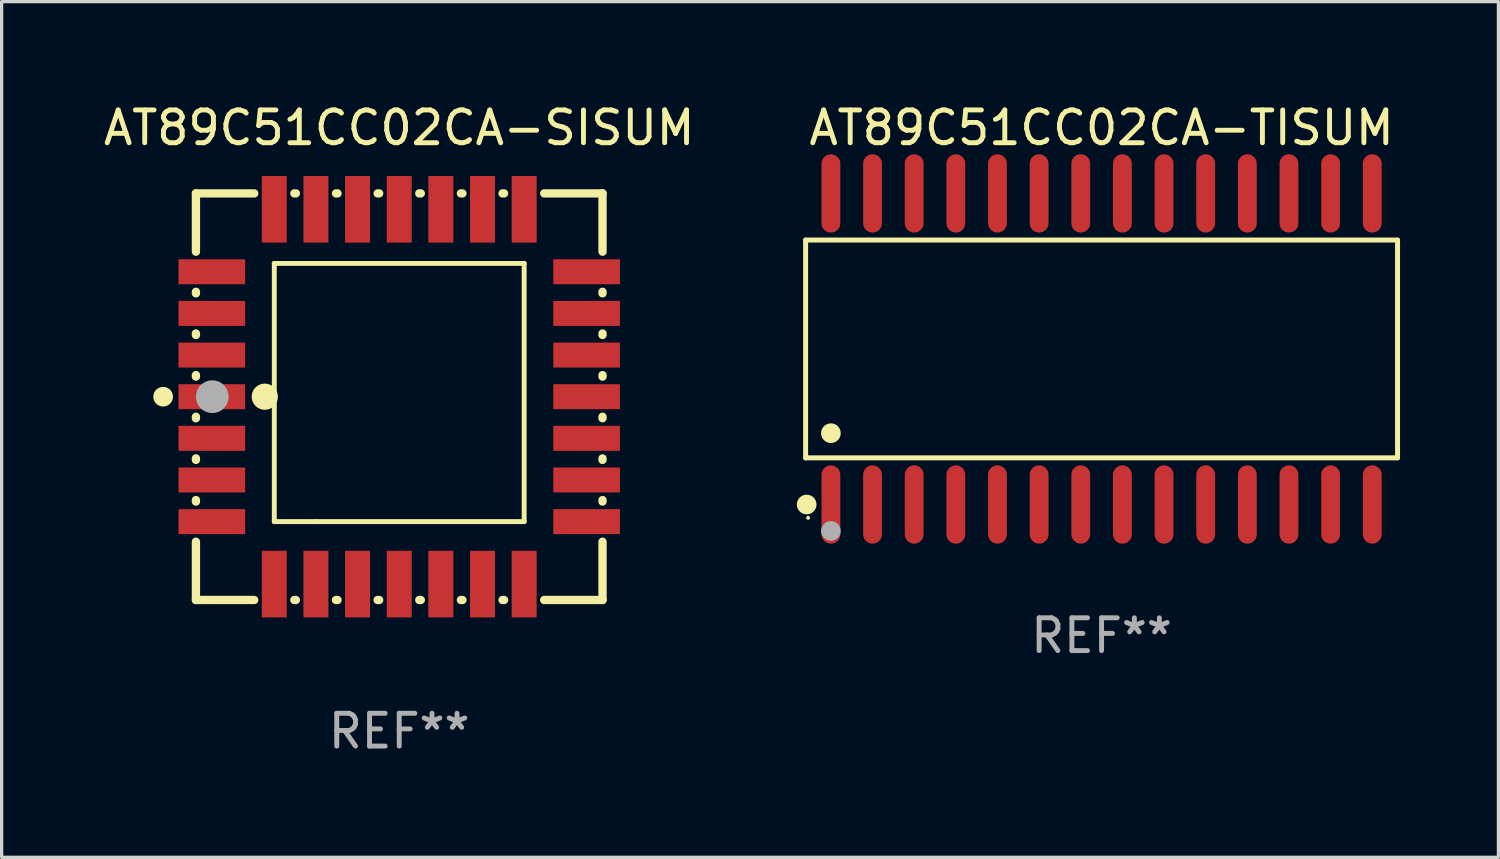
<source format=kicad_pcb>
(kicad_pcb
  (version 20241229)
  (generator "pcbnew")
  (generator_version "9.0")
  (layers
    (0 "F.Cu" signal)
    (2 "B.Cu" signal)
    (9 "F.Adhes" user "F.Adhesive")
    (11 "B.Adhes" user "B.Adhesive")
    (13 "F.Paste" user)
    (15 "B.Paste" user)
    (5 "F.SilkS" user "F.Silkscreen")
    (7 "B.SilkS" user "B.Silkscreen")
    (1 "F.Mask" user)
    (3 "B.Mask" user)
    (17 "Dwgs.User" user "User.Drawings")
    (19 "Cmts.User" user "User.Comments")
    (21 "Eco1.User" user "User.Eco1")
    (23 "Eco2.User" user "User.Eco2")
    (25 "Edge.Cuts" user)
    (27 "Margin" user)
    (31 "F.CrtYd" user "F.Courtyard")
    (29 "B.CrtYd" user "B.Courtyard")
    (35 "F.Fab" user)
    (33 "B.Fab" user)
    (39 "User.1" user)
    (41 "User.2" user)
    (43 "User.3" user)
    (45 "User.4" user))
  (footprint "AT89C51CC02CA-TISUM"
    (layer "F.Cu")
    (at 30.545 7.592)
    (property "Reference" "AT89C51CC02CA-TISUM" (at 0 -6.744 0) (layer "F.SilkS") (effects (font (size 1 1) (thickness 0.15))))
    (attr through_hole)
    (fp_line (start -9.026 -3.321) (end 9.026 -3.321) (stroke (width 0.152) (type solid)) (layer "F.SilkS"))
    (fp_line (start -9.026 3.321) (end -9.026 -3.321) (stroke (width 0.152) (type solid)) (layer "F.SilkS"))
    (fp_line (start 9.026 -3.321) (end 9.026 3.321) (stroke (width 0.152) (type solid)) (layer "F.SilkS"))
    (fp_line (start 9.026 3.321) (end -9.026 3.321) (stroke (width 0.152) (type solid)) (layer "F.SilkS"))
    (fp_circle (center -8.994 4.744) (end -8.844 4.744) (stroke (width 0.3) (type solid)) (fill no) (layer "F.SilkS"))
    (fp_circle (center -8.95 5.15) (end -8.92 5.15) (stroke (width 0.06) (type solid)) (fill no) (layer "F.SilkS"))
    (fp_circle (center -8.255 2.569) (end -8.105 2.569) (stroke (width 0.3) (type solid)) (fill no) (layer "F.SilkS"))
    (fp_circle (center -8.255 5.55) (end -8.105 5.55) (stroke (width 0.3) (type solid)) (fill no) (layer "F.Fab"))
    (fp_text user "REF**" (at 0 8.744 0) (layer "F.Fab") (effects (font (size 1 1) (thickness 0.15))))
    (pad "1" smd oval (at -8.255 4.744) (size 0.574 2.388) (layers "F.Cu" "F.Mask" "F.Paste"))
    (pad "2" smd oval (at -6.985 4.744) (size 0.574 2.388) (layers "F.Cu" "F.Mask" "F.Paste"))
    (pad "3" smd oval (at -5.715 4.744) (size 0.574 2.388) (layers "F.Cu" "F.Mask" "F.Paste"))
    (pad "4" smd oval (at -4.445 4.744) (size 0.574 2.388) (layers "F.Cu" "F.Mask" "F.Paste"))
    (pad "5" smd oval (at -3.175 4.744) (size 0.574 2.388) (layers "F.Cu" "F.Mask" "F.Paste"))
    (pad "6" smd oval (at -1.905 4.744) (size 0.574 2.388) (layers "F.Cu" "F.Mask" "F.Paste"))
    (pad "7" smd oval (at -0.635 4.744) (size 0.574 2.388) (layers "F.Cu" "F.Mask" "F.Paste"))
    (pad "8" smd oval (at 0.635 4.744) (size 0.574 2.388) (layers "F.Cu" "F.Mask" "F.Paste"))
    (pad "9" smd oval (at 1.905 4.744) (size 0.574 2.388) (layers "F.Cu" "F.Mask" "F.Paste"))
    (pad "10" smd oval (at 3.175 4.744) (size 0.574 2.388) (layers "F.Cu" "F.Mask" "F.Paste"))
    (pad "11" smd oval (at 4.445 4.744) (size 0.574 2.388) (layers "F.Cu" "F.Mask" "F.Paste"))
    (pad "12" smd oval (at 5.715 4.744) (size 0.574 2.388) (layers "F.Cu" "F.Mask" "F.Paste"))
    (pad "13" smd oval (at 6.985 4.744) (size 0.574 2.388) (layers "F.Cu" "F.Mask" "F.Paste"))
    (pad "14" smd oval (at 8.255 4.744) (size 0.574 2.388) (layers "F.Cu" "F.Mask" "F.Paste"))
    (pad "15" smd oval (at 8.255 -4.744) (size 0.574 2.388) (layers "F.Cu" "F.Mask" "F.Paste"))
    (pad "16" smd oval (at 6.985 -4.744) (size 0.574 2.388) (layers "F.Cu" "F.Mask" "F.Paste"))
    (pad "17" smd oval (at 5.715 -4.744) (size 0.574 2.388) (layers "F.Cu" "F.Mask" "F.Paste"))
    (pad "18" smd oval (at 4.445 -4.744) (size 0.574 2.388) (layers "F.Cu" "F.Mask" "F.Paste"))
    (pad "19" smd oval (at 3.175 -4.744) (size 0.574 2.388) (layers "F.Cu" "F.Mask" "F.Paste"))
    (pad "20" smd oval (at 1.905 -4.744) (size 0.574 2.388) (layers "F.Cu" "F.Mask" "F.Paste"))
    (pad "21" smd oval (at 0.635 -4.744) (size 0.574 2.388) (layers "F.Cu" "F.Mask" "F.Paste"))
    (pad "22" smd oval (at -0.635 -4.744) (size 0.574 2.388) (layers "F.Cu" "F.Mask" "F.Paste"))
    (pad "23" smd oval (at -1.905 -4.744) (size 0.574 2.388) (layers "F.Cu" "F.Mask" "F.Paste"))
    (pad "24" smd oval (at -3.175 -4.744) (size 0.574 2.388) (layers "F.Cu" "F.Mask" "F.Paste"))
    (pad "25" smd oval (at -4.445 -4.744) (size 0.574 2.388) (layers "F.Cu" "F.Mask" "F.Paste"))
    (pad "26" smd oval (at -5.715 -4.744) (size 0.574 2.388) (layers "F.Cu" "F.Mask" "F.Paste"))
    (pad "27" smd oval (at -6.985 -4.744) (size 0.574 2.388) (layers "F.Cu" "F.Mask" "F.Paste"))
    (pad "28" smd oval (at -8.255 -4.744) (size 0.574 2.388) (layers "F.Cu" "F.Mask" "F.Paste")))
  (footprint "AT89C51CC02CA-SISUM"
    (layer "F.Cu")
    (at 9.125 9.048)
    (property "Reference" "AT89C51CC02CA-SISUM" (at 0 -8.2 0) (layer "F.SilkS") (effects (font (size 1 1) (thickness 0.15))))
    (attr through_hole)
    (fp_line (start -6.2 -6.2) (end -4.422 -6.2) (stroke (width 0.254) (type solid)) (layer "F.SilkS"))
    (fp_line (start -6.2 -4.422) (end -6.2 -6.2) (stroke (width 0.254) (type solid)) (layer "F.SilkS"))
    (fp_line (start -6.2 -3.152) (end -6.2 -3.198) (stroke (width 0.254) (type solid)) (layer "F.SilkS"))
    (fp_line (start -6.2 -1.882) (end -6.2 -1.928) (stroke (width 0.254) (type solid)) (layer "F.SilkS"))
    (fp_line (start -6.2 -0.612) (end -6.2 -0.658) (stroke (width 0.254) (type solid)) (layer "F.SilkS"))
    (fp_line (start -6.2 0.658) (end -6.2 0.612) (stroke (width 0.254) (type solid)) (layer "F.SilkS"))
    (fp_line (start -6.2 1.928) (end -6.2 1.882) (stroke (width 0.254) (type solid)) (layer "F.SilkS"))
    (fp_line (start -6.2 3.198) (end -6.2 3.152) (stroke (width 0.254) (type solid)) (layer "F.SilkS"))
    (fp_line (start -6.2 6.2) (end -6.2 4.422) (stroke (width 0.254) (type solid)) (layer "F.SilkS"))
    (fp_line (start -4.422 6.2) (end -6.2 6.2) (stroke (width 0.254) (type solid)) (layer "F.SilkS"))
    (fp_line (start -3.81 -4.064) (end 3.81 -4.064) (stroke (width 0.15) (type solid)) (layer "F.SilkS"))
    (fp_line (start -3.81 3.81) (end -3.81 -4.064) (stroke (width 0.15) (type solid)) (layer "F.SilkS"))
    (fp_line (start -3.198 -6.2) (end -3.152 -6.2) (stroke (width 0.254) (type solid)) (layer "F.SilkS"))
    (fp_line (start -3.152 6.2) (end -3.198 6.2) (stroke (width 0.254) (type solid)) (layer "F.SilkS"))
    (fp_line (start -2.54 3.81) (end -3.81 3.81) (stroke (width 0.15) (type solid)) (layer "F.SilkS"))
    (fp_line (start -1.928 -6.2) (end -1.882 -6.2) (stroke (width 0.254) (type solid)) (layer "F.SilkS"))
    (fp_line (start -1.882 6.2) (end -1.928 6.2) (stroke (width 0.254) (type solid)) (layer "F.SilkS"))
    (fp_line (start -0.658 -6.2) (end -0.612 -6.2) (stroke (width 0.254) (type solid)) (layer "F.SilkS"))
    (fp_line (start -0.612 6.2) (end -0.658 6.2) (stroke (width 0.254) (type solid)) (layer "F.SilkS"))
    (fp_line (start 0.612 -6.2) (end 0.658 -6.2) (stroke (width 0.254) (type solid)) (layer "F.SilkS"))
    (fp_line (start 0.658 6.2) (end 0.612 6.2) (stroke (width 0.254) (type solid)) (layer "F.SilkS"))
    (fp_line (start 1.882 -6.2) (end 1.928 -6.2) (stroke (width 0.254) (type solid)) (layer "F.SilkS"))
    (fp_line (start 1.928 6.2) (end 1.882 6.2) (stroke (width 0.254) (type solid)) (layer "F.SilkS"))
    (fp_line (start 3.152 -6.2) (end 3.198 -6.2) (stroke (width 0.254) (type solid)) (layer "F.SilkS"))
    (fp_line (start 3.198 6.2) (end 3.152 6.2) (stroke (width 0.254) (type solid)) (layer "F.SilkS"))
    (fp_line (start 3.81 -4.064) (end 3.81 3.81) (stroke (width 0.15) (type solid)) (layer "F.SilkS"))
    (fp_line (start 3.81 3.81) (end -2.54 3.81) (stroke (width 0.15) (type solid)) (layer "F.SilkS"))
    (fp_line (start 4.422 -6.2) (end 6.2 -6.2) (stroke (width 0.254) (type solid)) (layer "F.SilkS"))
    (fp_line (start 6.2 -6.2) (end 6.2 -4.422) (stroke (width 0.254) (type solid)) (layer "F.SilkS"))
    (fp_line (start 6.2 -3.198) (end 6.2 -3.152) (stroke (width 0.254) (type solid)) (layer "F.SilkS"))
    (fp_line (start 6.2 -1.928) (end 6.2 -1.882) (stroke (width 0.254) (type solid)) (layer "F.SilkS"))
    (fp_line (start 6.2 -0.658) (end 6.2 -0.612) (stroke (width 0.254) (type solid)) (layer "F.SilkS"))
    (fp_line (start 6.2 0.612) (end 6.2 0.658) (stroke (width 0.254) (type solid)) (layer "F.SilkS"))
    (fp_line (start 6.2 1.882) (end 6.2 1.928) (stroke (width 0.254) (type solid)) (layer "F.SilkS"))
    (fp_line (start 6.2 3.152) (end 6.2 3.198) (stroke (width 0.254) (type solid)) (layer "F.SilkS"))
    (fp_line (start 6.2 4.422) (end 6.2 6.2) (stroke (width 0.254) (type solid)) (layer "F.SilkS"))
    (fp_line (start 6.2 6.2) (end 4.422 6.2) (stroke (width 0.254) (type solid)) (layer "F.SilkS"))
    (fp_circle (center -7.2 0) (end -7.05 0) (stroke (width 0.3) (type solid)) (fill no) (layer "F.SilkS"))
    (fp_circle (center -6.223 6.223) (end -6.193 6.223) (stroke (width 0.06) (type solid)) (fill no) (layer "F.SilkS"))
    (fp_circle (center -4.1 0) (end -3.9 0) (stroke (width 0.4) (type solid)) (fill no) (layer "F.SilkS"))
    (fp_circle (center -5.7 0) (end -5.45 0) (stroke (width 0.5) (type solid)) (fill no) (layer "F.Fab"))
    (fp_text user "REF**" (at 0 10.2 0) (layer "F.Fab") (effects (font (size 1 1) (thickness 0.15))))
    (pad "1" smd rect (at -5.715 0) (size 2.032 0.762) (layers "F.Cu" "F.Mask" "F.Paste"))
    (pad "2" smd rect (at -5.715 1.27) (size 2.032 0.762) (layers "F.Cu" "F.Mask" "F.Paste"))
    (pad "3" smd rect (at -5.715 2.54) (size 2.032 0.762) (layers "F.Cu" "F.Mask" "F.Paste"))
    (pad "4" smd rect (at -5.715 3.81) (size 2.032 0.762) (layers "F.Cu" "F.Mask" "F.Paste"))
    (pad "5" smd rect (at -3.81 5.715) (size 0.762 2.032) (layers "F.Cu" "F.Mask" "F.Paste"))
    (pad "6" smd rect (at -2.54 5.715) (size 0.762 2.032) (layers "F.Cu" "F.Mask" "F.Paste"))
    (pad "7" smd rect (at -1.27 5.715) (size 0.762 2.032) (layers "F.Cu" "F.Mask" "F.Paste"))
    (pad "8" smd rect (at 0 5.715) (size 0.762 2.032) (layers "F.Cu" "F.Mask" "F.Paste"))
    (pad "9" smd rect (at 1.27 5.715) (size 0.762 2.032) (layers "F.Cu" "F.Mask" "F.Paste"))
    (pad "10" smd rect (at 2.54 5.715) (size 0.762 2.032) (layers "F.Cu" "F.Mask" "F.Paste"))
    (pad "11" smd rect (at 3.81 5.715) (size 0.762 2.032) (layers "F.Cu" "F.Mask" "F.Paste"))
    (pad "12" smd rect (at 5.715 3.81) (size 2.032 0.762) (layers "F.Cu" "F.Mask" "F.Paste"))
    (pad "13" smd rect (at 5.715 2.54) (size 2.032 0.762) (layers "F.Cu" "F.Mask" "F.Paste"))
    (pad "14" smd rect (at 5.715 1.27) (size 2.032 0.762) (layers "F.Cu" "F.Mask" "F.Paste"))
    (pad "15" smd rect (at 5.715 0) (size 2.032 0.762) (layers "F.Cu" "F.Mask" "F.Paste"))
    (pad "16" smd rect (at 5.715 -1.27) (size 2.032 0.762) (layers "F.Cu" "F.Mask" "F.Paste"))
    (pad "17" smd rect (at 5.715 -2.54) (size 2.032 0.762) (layers "F.Cu" "F.Mask" "F.Paste"))
    (pad "18" smd rect (at 5.715 -3.81) (size 2.032 0.762) (layers "F.Cu" "F.Mask" "F.Paste"))
    (pad "19" smd rect (at 3.81 -5.715) (size 0.762 2.032) (layers "F.Cu" "F.Mask" "F.Paste"))
    (pad "20" smd rect (at 2.54 -5.715) (size 0.762 2.032) (layers "F.Cu" "F.Mask" "F.Paste"))
    (pad "21" smd rect (at 1.27 -5.715) (size 0.762 2.032) (layers "F.Cu" "F.Mask" "F.Paste"))
    (pad "22" smd rect (at 0 -5.715) (size 0.762 2.032) (layers "F.Cu" "F.Mask" "F.Paste"))
    (pad "23" smd rect (at -1.27 -5.715) (size 0.762 2.032) (layers "F.Cu" "F.Mask" "F.Paste"))
    (pad "24" smd rect (at -2.54 -5.715) (size 0.762 2.032) (layers "F.Cu" "F.Mask" "F.Paste"))
    (pad "25" smd rect (at -3.81 -5.715) (size 0.762 2.032) (layers "F.Cu" "F.Mask" "F.Paste"))
    (pad "26" smd rect (at -5.715 -3.81) (size 2.032 0.762) (layers "F.Cu" "F.Mask" "F.Paste"))
    (pad "27" smd rect (at -5.715 -2.54) (size 2.032 0.762) (layers "F.Cu" "F.Mask" "F.Paste"))
    (pad "28" smd rect (at -5.715 -1.27) (size 2.032 0.762) (layers "F.Cu" "F.Mask" "F.Paste")))
  (gr_rect
    (start -3 -3)
    (end 42.647 23.096)
    (stroke (width 0.1) (type default))
    (fill no)
    (layer "Edge.Cuts")))
</source>
